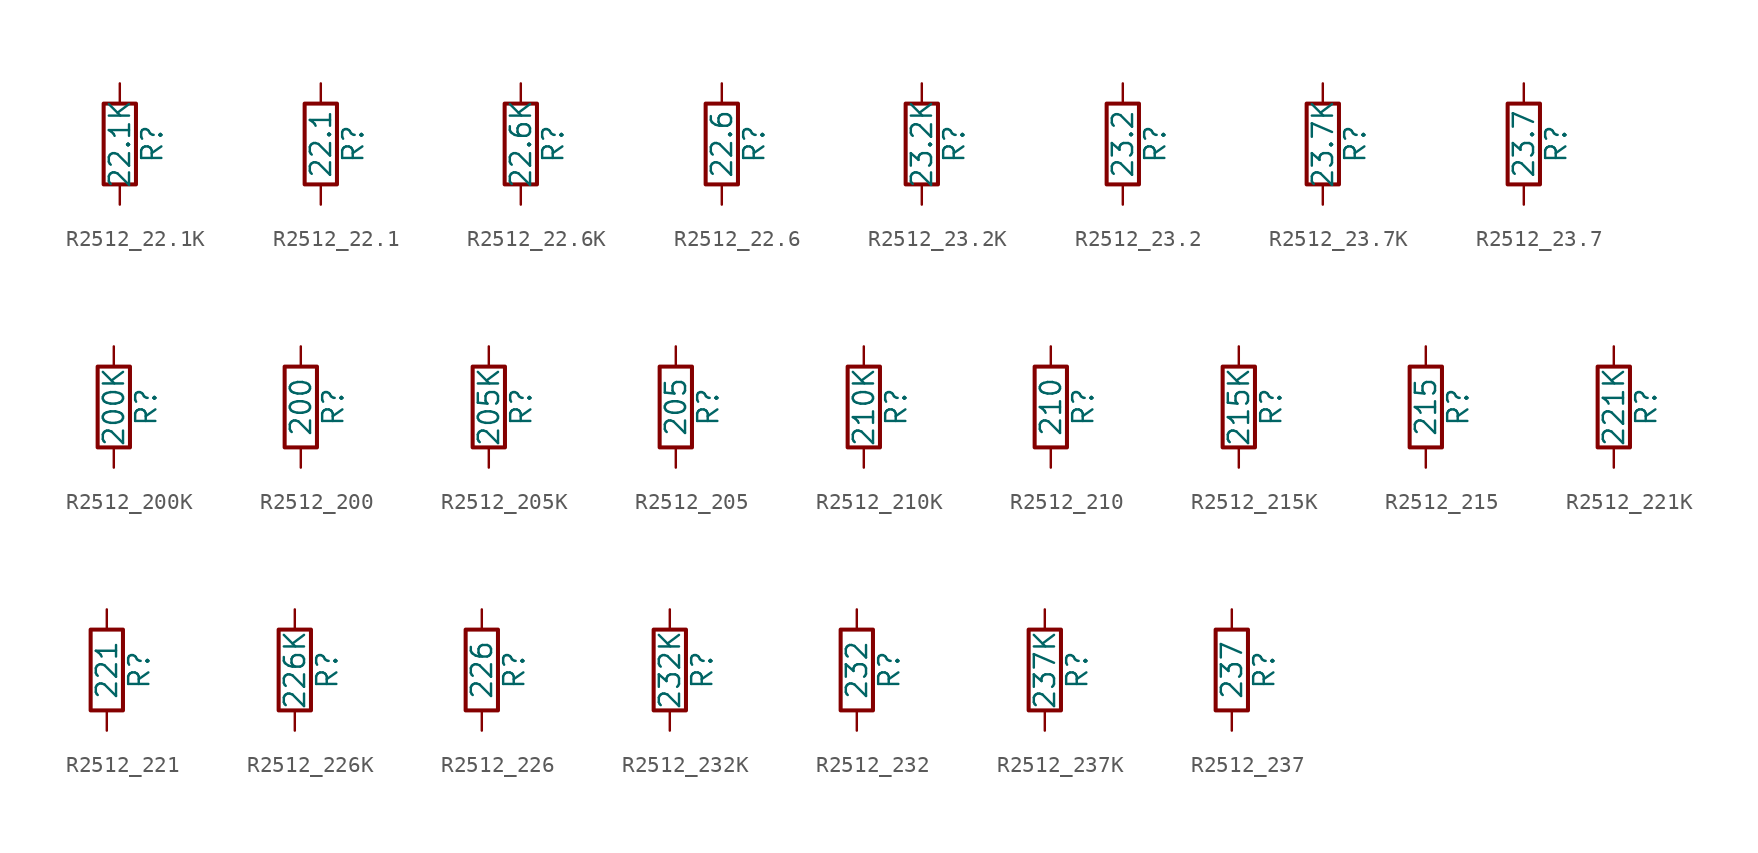
<source format=kicad_sym>
(kicad_symbol_lib
  (version 20211014)
  (generator atlantix-eda)
  (symbol "R2512_22.1K"
    (pin_numbers hide)
    (pin_names
      (offset 0))
    (property "Reference" "R"
      (at 2.032 0 90)
      (effects (font (size 1.27 1.27))))
    (property "Value" "22.1K"
      (at 0 0 90)
      (effects (font (size 1.27 1.27))))
    (symbol "R2512_22.1K_0_1"
      (rectangle (start -1.016 -2.54) (end 1.016 2.54) (stroke (width 0.254) (type default) (color 0 0 0 0)) (fill (type none))))
    (symbol "R2512_22.1K_1_1"
      (pin passive line (at 0 3.81 270) (length 1.27) (name "~" (effects (font (size 1.27 1.27)))) (number "1" (effects (font (size 1.27 1.27)))))
      (pin passive line (at 0 -3.81 90) (length 1.27) (name "~" (effects (font (size 1.27 1.27)))) (number "2" (effects (font (size 1.27 1.27)))))))
  (symbol "R2512_22.1"
    (pin_numbers hide)
    (pin_names
      (offset 0))
    (property "Reference" "R"
      (at 2.032 0 90)
      (effects (font (size 1.27 1.27))))
    (property "Value" "22.1"
      (at 0 0 90)
      (effects (font (size 1.27 1.27))))
    (symbol "R2512_22.1_0_1"
      (rectangle (start -1.016 -2.54) (end 1.016 2.54) (stroke (width 0.254) (type default) (color 0 0 0 0)) (fill (type none))))
    (symbol "R2512_22.1_1_1"
      (pin passive line (at 0 3.81 270) (length 1.27) (name "~" (effects (font (size 1.27 1.27)))) (number "1" (effects (font (size 1.27 1.27)))))
      (pin passive line (at 0 -3.81 90) (length 1.27) (name "~" (effects (font (size 1.27 1.27)))) (number "2" (effects (font (size 1.27 1.27)))))))
  (symbol "R2512_22.6K"
    (pin_numbers hide)
    (pin_names
      (offset 0))
    (property "Reference" "R"
      (at 2.032 0 90)
      (effects (font (size 1.27 1.27))))
    (property "Value" "22.6K"
      (at 0 0 90)
      (effects (font (size 1.27 1.27))))
    (symbol "R2512_22.6K_0_1"
      (rectangle (start -1.016 -2.54) (end 1.016 2.54) (stroke (width 0.254) (type default) (color 0 0 0 0)) (fill (type none))))
    (symbol "R2512_22.6K_1_1"
      (pin passive line (at 0 3.81 270) (length 1.27) (name "~" (effects (font (size 1.27 1.27)))) (number "1" (effects (font (size 1.27 1.27)))))
      (pin passive line (at 0 -3.81 90) (length 1.27) (name "~" (effects (font (size 1.27 1.27)))) (number "2" (effects (font (size 1.27 1.27)))))))
  (symbol "R2512_22.6"
    (pin_numbers hide)
    (pin_names
      (offset 0))
    (property "Reference" "R"
      (at 2.032 0 90)
      (effects (font (size 1.27 1.27))))
    (property "Value" "22.6"
      (at 0 0 90)
      (effects (font (size 1.27 1.27))))
    (symbol "R2512_22.6_0_1"
      (rectangle (start -1.016 -2.54) (end 1.016 2.54) (stroke (width 0.254) (type default) (color 0 0 0 0)) (fill (type none))))
    (symbol "R2512_22.6_1_1"
      (pin passive line (at 0 3.81 270) (length 1.27) (name "~" (effects (font (size 1.27 1.27)))) (number "1" (effects (font (size 1.27 1.27)))))
      (pin passive line (at 0 -3.81 90) (length 1.27) (name "~" (effects (font (size 1.27 1.27)))) (number "2" (effects (font (size 1.27 1.27)))))))
  (symbol "R2512_23.2K"
    (pin_numbers hide)
    (pin_names
      (offset 0))
    (property "Reference" "R"
      (at 2.032 0 90)
      (effects (font (size 1.27 1.27))))
    (property "Value" "23.2K"
      (at 0 0 90)
      (effects (font (size 1.27 1.27))))
    (symbol "R2512_23.2K_0_1"
      (rectangle (start -1.016 -2.54) (end 1.016 2.54) (stroke (width 0.254) (type default) (color 0 0 0 0)) (fill (type none))))
    (symbol "R2512_23.2K_1_1"
      (pin passive line (at 0 3.81 270) (length 1.27) (name "~" (effects (font (size 1.27 1.27)))) (number "1" (effects (font (size 1.27 1.27)))))
      (pin passive line (at 0 -3.81 90) (length 1.27) (name "~" (effects (font (size 1.27 1.27)))) (number "2" (effects (font (size 1.27 1.27)))))))
  (symbol "R2512_23.2"
    (pin_numbers hide)
    (pin_names
      (offset 0))
    (property "Reference" "R"
      (at 2.032 0 90)
      (effects (font (size 1.27 1.27))))
    (property "Value" "23.2"
      (at 0 0 90)
      (effects (font (size 1.27 1.27))))
    (symbol "R2512_23.2_0_1"
      (rectangle (start -1.016 -2.54) (end 1.016 2.54) (stroke (width 0.254) (type default) (color 0 0 0 0)) (fill (type none))))
    (symbol "R2512_23.2_1_1"
      (pin passive line (at 0 3.81 270) (length 1.27) (name "~" (effects (font (size 1.27 1.27)))) (number "1" (effects (font (size 1.27 1.27)))))
      (pin passive line (at 0 -3.81 90) (length 1.27) (name "~" (effects (font (size 1.27 1.27)))) (number "2" (effects (font (size 1.27 1.27)))))))
  (symbol "R2512_23.7K"
    (pin_numbers hide)
    (pin_names
      (offset 0))
    (property "Reference" "R"
      (at 2.032 0 90)
      (effects (font (size 1.27 1.27))))
    (property "Value" "23.7K"
      (at 0 0 90)
      (effects (font (size 1.27 1.27))))
    (symbol "R2512_23.7K_0_1"
      (rectangle (start -1.016 -2.54) (end 1.016 2.54) (stroke (width 0.254) (type default) (color 0 0 0 0)) (fill (type none))))
    (symbol "R2512_23.7K_1_1"
      (pin passive line (at 0 3.81 270) (length 1.27) (name "~" (effects (font (size 1.27 1.27)))) (number "1" (effects (font (size 1.27 1.27)))))
      (pin passive line (at 0 -3.81 90) (length 1.27) (name "~" (effects (font (size 1.27 1.27)))) (number "2" (effects (font (size 1.27 1.27)))))))
  (symbol "R2512_23.7"
    (pin_numbers hide)
    (pin_names
      (offset 0))
    (property "Reference" "R"
      (at 2.032 0 90)
      (effects (font (size 1.27 1.27))))
    (property "Value" "23.7"
      (at 0 0 90)
      (effects (font (size 1.27 1.27))))
    (symbol "R2512_23.7_0_1"
      (rectangle (start -1.016 -2.54) (end 1.016 2.54) (stroke (width 0.254) (type default) (color 0 0 0 0)) (fill (type none))))
    (symbol "R2512_23.7_1_1"
      (pin passive line (at 0 3.81 270) (length 1.27) (name "~" (effects (font (size 1.27 1.27)))) (number "1" (effects (font (size 1.27 1.27)))))
      (pin passive line (at 0 -3.81 90) (length 1.27) (name "~" (effects (font (size 1.27 1.27)))) (number "2" (effects (font (size 1.27 1.27)))))))
  (symbol "R2512_200K"
    (pin_numbers hide)
    (pin_names
      (offset 0))
    (property "Reference" "R"
      (at 2.032 0 90)
      (effects (font (size 1.27 1.27))))
    (property "Value" "200K"
      (at 0 0 90)
      (effects (font (size 1.27 1.27))))
    (symbol "R2512_200K_0_1"
      (rectangle (start -1.016 -2.54) (end 1.016 2.54) (stroke (width 0.254) (type default) (color 0 0 0 0)) (fill (type none))))
    (symbol "R2512_200K_1_1"
      (pin passive line (at 0 3.81 270) (length 1.27) (name "~" (effects (font (size 1.27 1.27)))) (number "1" (effects (font (size 1.27 1.27)))))
      (pin passive line (at 0 -3.81 90) (length 1.27) (name "~" (effects (font (size 1.27 1.27)))) (number "2" (effects (font (size 1.27 1.27)))))))
  (symbol "R2512_200"
    (pin_numbers hide)
    (pin_names
      (offset 0))
    (property "Reference" "R"
      (at 2.032 0 90)
      (effects (font (size 1.27 1.27))))
    (property "Value" "200"
      (at 0 0 90)
      (effects (font (size 1.27 1.27))))
    (symbol "R2512_200_0_1"
      (rectangle (start -1.016 -2.54) (end 1.016 2.54) (stroke (width 0.254) (type default) (color 0 0 0 0)) (fill (type none))))
    (symbol "R2512_200_1_1"
      (pin passive line (at 0 3.81 270) (length 1.27) (name "~" (effects (font (size 1.27 1.27)))) (number "1" (effects (font (size 1.27 1.27)))))
      (pin passive line (at 0 -3.81 90) (length 1.27) (name "~" (effects (font (size 1.27 1.27)))) (number "2" (effects (font (size 1.27 1.27)))))))
  (symbol "R2512_205K"
    (pin_numbers hide)
    (pin_names
      (offset 0))
    (property "Reference" "R"
      (at 2.032 0 90)
      (effects (font (size 1.27 1.27))))
    (property "Value" "205K"
      (at 0 0 90)
      (effects (font (size 1.27 1.27))))
    (symbol "R2512_205K_0_1"
      (rectangle (start -1.016 -2.54) (end 1.016 2.54) (stroke (width 0.254) (type default) (color 0 0 0 0)) (fill (type none))))
    (symbol "R2512_205K_1_1"
      (pin passive line (at 0 3.81 270) (length 1.27) (name "~" (effects (font (size 1.27 1.27)))) (number "1" (effects (font (size 1.27 1.27)))))
      (pin passive line (at 0 -3.81 90) (length 1.27) (name "~" (effects (font (size 1.27 1.27)))) (number "2" (effects (font (size 1.27 1.27)))))))
  (symbol "R2512_205"
    (pin_numbers hide)
    (pin_names
      (offset 0))
    (property "Reference" "R"
      (at 2.032 0 90)
      (effects (font (size 1.27 1.27))))
    (property "Value" "205"
      (at 0 0 90)
      (effects (font (size 1.27 1.27))))
    (symbol "R2512_205_0_1"
      (rectangle (start -1.016 -2.54) (end 1.016 2.54) (stroke (width 0.254) (type default) (color 0 0 0 0)) (fill (type none))))
    (symbol "R2512_205_1_1"
      (pin passive line (at 0 3.81 270) (length 1.27) (name "~" (effects (font (size 1.27 1.27)))) (number "1" (effects (font (size 1.27 1.27)))))
      (pin passive line (at 0 -3.81 90) (length 1.27) (name "~" (effects (font (size 1.27 1.27)))) (number "2" (effects (font (size 1.27 1.27)))))))
  (symbol "R2512_210K"
    (pin_numbers hide)
    (pin_names
      (offset 0))
    (property "Reference" "R"
      (at 2.032 0 90)
      (effects (font (size 1.27 1.27))))
    (property "Value" "210K"
      (at 0 0 90)
      (effects (font (size 1.27 1.27))))
    (symbol "R2512_210K_0_1"
      (rectangle (start -1.016 -2.54) (end 1.016 2.54) (stroke (width 0.254) (type default) (color 0 0 0 0)) (fill (type none))))
    (symbol "R2512_210K_1_1"
      (pin passive line (at 0 3.81 270) (length 1.27) (name "~" (effects (font (size 1.27 1.27)))) (number "1" (effects (font (size 1.27 1.27)))))
      (pin passive line (at 0 -3.81 90) (length 1.27) (name "~" (effects (font (size 1.27 1.27)))) (number "2" (effects (font (size 1.27 1.27)))))))
  (symbol "R2512_210"
    (pin_numbers hide)
    (pin_names
      (offset 0))
    (property "Reference" "R"
      (at 2.032 0 90)
      (effects (font (size 1.27 1.27))))
    (property "Value" "210"
      (at 0 0 90)
      (effects (font (size 1.27 1.27))))
    (symbol "R2512_210_0_1"
      (rectangle (start -1.016 -2.54) (end 1.016 2.54) (stroke (width 0.254) (type default) (color 0 0 0 0)) (fill (type none))))
    (symbol "R2512_210_1_1"
      (pin passive line (at 0 3.81 270) (length 1.27) (name "~" (effects (font (size 1.27 1.27)))) (number "1" (effects (font (size 1.27 1.27)))))
      (pin passive line (at 0 -3.81 90) (length 1.27) (name "~" (effects (font (size 1.27 1.27)))) (number "2" (effects (font (size 1.27 1.27)))))))
  (symbol "R2512_215K"
    (pin_numbers hide)
    (pin_names
      (offset 0))
    (property "Reference" "R"
      (at 2.032 0 90)
      (effects (font (size 1.27 1.27))))
    (property "Value" "215K"
      (at 0 0 90)
      (effects (font (size 1.27 1.27))))
    (symbol "R2512_215K_0_1"
      (rectangle (start -1.016 -2.54) (end 1.016 2.54) (stroke (width 0.254) (type default) (color 0 0 0 0)) (fill (type none))))
    (symbol "R2512_215K_1_1"
      (pin passive line (at 0 3.81 270) (length 1.27) (name "~" (effects (font (size 1.27 1.27)))) (number "1" (effects (font (size 1.27 1.27)))))
      (pin passive line (at 0 -3.81 90) (length 1.27) (name "~" (effects (font (size 1.27 1.27)))) (number "2" (effects (font (size 1.27 1.27)))))))
  (symbol "R2512_215"
    (pin_numbers hide)
    (pin_names
      (offset 0))
    (property "Reference" "R"
      (at 2.032 0 90)
      (effects (font (size 1.27 1.27))))
    (property "Value" "215"
      (at 0 0 90)
      (effects (font (size 1.27 1.27))))
    (symbol "R2512_215_0_1"
      (rectangle (start -1.016 -2.54) (end 1.016 2.54) (stroke (width 0.254) (type default) (color 0 0 0 0)) (fill (type none))))
    (symbol "R2512_215_1_1"
      (pin passive line (at 0 3.81 270) (length 1.27) (name "~" (effects (font (size 1.27 1.27)))) (number "1" (effects (font (size 1.27 1.27)))))
      (pin passive line (at 0 -3.81 90) (length 1.27) (name "~" (effects (font (size 1.27 1.27)))) (number "2" (effects (font (size 1.27 1.27)))))))
  (symbol "R2512_221K"
    (pin_numbers hide)
    (pin_names
      (offset 0))
    (property "Reference" "R"
      (at 2.032 0 90)
      (effects (font (size 1.27 1.27))))
    (property "Value" "221K"
      (at 0 0 90)
      (effects (font (size 1.27 1.27))))
    (symbol "R2512_221K_0_1"
      (rectangle (start -1.016 -2.54) (end 1.016 2.54) (stroke (width 0.254) (type default) (color 0 0 0 0)) (fill (type none))))
    (symbol "R2512_221K_1_1"
      (pin passive line (at 0 3.81 270) (length 1.27) (name "~" (effects (font (size 1.27 1.27)))) (number "1" (effects (font (size 1.27 1.27)))))
      (pin passive line (at 0 -3.81 90) (length 1.27) (name "~" (effects (font (size 1.27 1.27)))) (number "2" (effects (font (size 1.27 1.27)))))))
  (symbol "R2512_221"
    (pin_numbers hide)
    (pin_names
      (offset 0))
    (property "Reference" "R"
      (at 2.032 0 90)
      (effects (font (size 1.27 1.27))))
    (property "Value" "221"
      (at 0 0 90)
      (effects (font (size 1.27 1.27))))
    (symbol "R2512_221_0_1"
      (rectangle (start -1.016 -2.54) (end 1.016 2.54) (stroke (width 0.254) (type default) (color 0 0 0 0)) (fill (type none))))
    (symbol "R2512_221_1_1"
      (pin passive line (at 0 3.81 270) (length 1.27) (name "~" (effects (font (size 1.27 1.27)))) (number "1" (effects (font (size 1.27 1.27)))))
      (pin passive line (at 0 -3.81 90) (length 1.27) (name "~" (effects (font (size 1.27 1.27)))) (number "2" (effects (font (size 1.27 1.27)))))))
  (symbol "R2512_226K"
    (pin_numbers hide)
    (pin_names
      (offset 0))
    (property "Reference" "R"
      (at 2.032 0 90)
      (effects (font (size 1.27 1.27))))
    (property "Value" "226K"
      (at 0 0 90)
      (effects (font (size 1.27 1.27))))
    (symbol "R2512_226K_0_1"
      (rectangle (start -1.016 -2.54) (end 1.016 2.54) (stroke (width 0.254) (type default) (color 0 0 0 0)) (fill (type none))))
    (symbol "R2512_226K_1_1"
      (pin passive line (at 0 3.81 270) (length 1.27) (name "~" (effects (font (size 1.27 1.27)))) (number "1" (effects (font (size 1.27 1.27)))))
      (pin passive line (at 0 -3.81 90) (length 1.27) (name "~" (effects (font (size 1.27 1.27)))) (number "2" (effects (font (size 1.27 1.27)))))))
  (symbol "R2512_226"
    (pin_numbers hide)
    (pin_names
      (offset 0))
    (property "Reference" "R"
      (at 2.032 0 90)
      (effects (font (size 1.27 1.27))))
    (property "Value" "226"
      (at 0 0 90)
      (effects (font (size 1.27 1.27))))
    (symbol "R2512_226_0_1"
      (rectangle (start -1.016 -2.54) (end 1.016 2.54) (stroke (width 0.254) (type default) (color 0 0 0 0)) (fill (type none))))
    (symbol "R2512_226_1_1"
      (pin passive line (at 0 3.81 270) (length 1.27) (name "~" (effects (font (size 1.27 1.27)))) (number "1" (effects (font (size 1.27 1.27)))))
      (pin passive line (at 0 -3.81 90) (length 1.27) (name "~" (effects (font (size 1.27 1.27)))) (number "2" (effects (font (size 1.27 1.27)))))))
  (symbol "R2512_232K"
    (pin_numbers hide)
    (pin_names
      (offset 0))
    (property "Reference" "R"
      (at 2.032 0 90)
      (effects (font (size 1.27 1.27))))
    (property "Value" "232K"
      (at 0 0 90)
      (effects (font (size 1.27 1.27))))
    (symbol "R2512_232K_0_1"
      (rectangle (start -1.016 -2.54) (end 1.016 2.54) (stroke (width 0.254) (type default) (color 0 0 0 0)) (fill (type none))))
    (symbol "R2512_232K_1_1"
      (pin passive line (at 0 3.81 270) (length 1.27) (name "~" (effects (font (size 1.27 1.27)))) (number "1" (effects (font (size 1.27 1.27)))))
      (pin passive line (at 0 -3.81 90) (length 1.27) (name "~" (effects (font (size 1.27 1.27)))) (number "2" (effects (font (size 1.27 1.27)))))))
  (symbol "R2512_232"
    (pin_numbers hide)
    (pin_names
      (offset 0))
    (property "Reference" "R"
      (at 2.032 0 90)
      (effects (font (size 1.27 1.27))))
    (property "Value" "232"
      (at 0 0 90)
      (effects (font (size 1.27 1.27))))
    (symbol "R2512_232_0_1"
      (rectangle (start -1.016 -2.54) (end 1.016 2.54) (stroke (width 0.254) (type default) (color 0 0 0 0)) (fill (type none))))
    (symbol "R2512_232_1_1"
      (pin passive line (at 0 3.81 270) (length 1.27) (name "~" (effects (font (size 1.27 1.27)))) (number "1" (effects (font (size 1.27 1.27)))))
      (pin passive line (at 0 -3.81 90) (length 1.27) (name "~" (effects (font (size 1.27 1.27)))) (number "2" (effects (font (size 1.27 1.27)))))))
  (symbol "R2512_237K"
    (pin_numbers hide)
    (pin_names
      (offset 0))
    (property "Reference" "R"
      (at 2.032 0 90)
      (effects (font (size 1.27 1.27))))
    (property "Value" "237K"
      (at 0 0 90)
      (effects (font (size 1.27 1.27))))
    (symbol "R2512_237K_0_1"
      (rectangle (start -1.016 -2.54) (end 1.016 2.54) (stroke (width 0.254) (type default) (color 0 0 0 0)) (fill (type none))))
    (symbol "R2512_237K_1_1"
      (pin passive line (at 0 3.81 270) (length 1.27) (name "~" (effects (font (size 1.27 1.27)))) (number "1" (effects (font (size 1.27 1.27)))))
      (pin passive line (at 0 -3.81 90) (length 1.27) (name "~" (effects (font (size 1.27 1.27)))) (number "2" (effects (font (size 1.27 1.27)))))))
  (symbol "R2512_237"
    (pin_numbers hide)
    (pin_names
      (offset 0))
    (property "Reference" "R"
      (at 2.032 0 90)
      (effects (font (size 1.27 1.27))))
    (property "Value" "237"
      (at 0 0 90)
      (effects (font (size 1.27 1.27))))
    (symbol "R2512_237_0_1"
      (rectangle (start -1.016 -2.54) (end 1.016 2.54) (stroke (width 0.254) (type default) (color 0 0 0 0)) (fill (type none))))
    (symbol "R2512_237_1_1"
      (pin passive line (at 0 3.81 270) (length 1.27) (name "~" (effects (font (size 1.27 1.27)))) (number "1" (effects (font (size 1.27 1.27)))))
      (pin passive line (at 0 -3.81 90) (length 1.27) (name "~" (effects (font (size 1.27 1.27)))) (number "2" (effects (font (size 1.27 1.27))))))))
</source>
